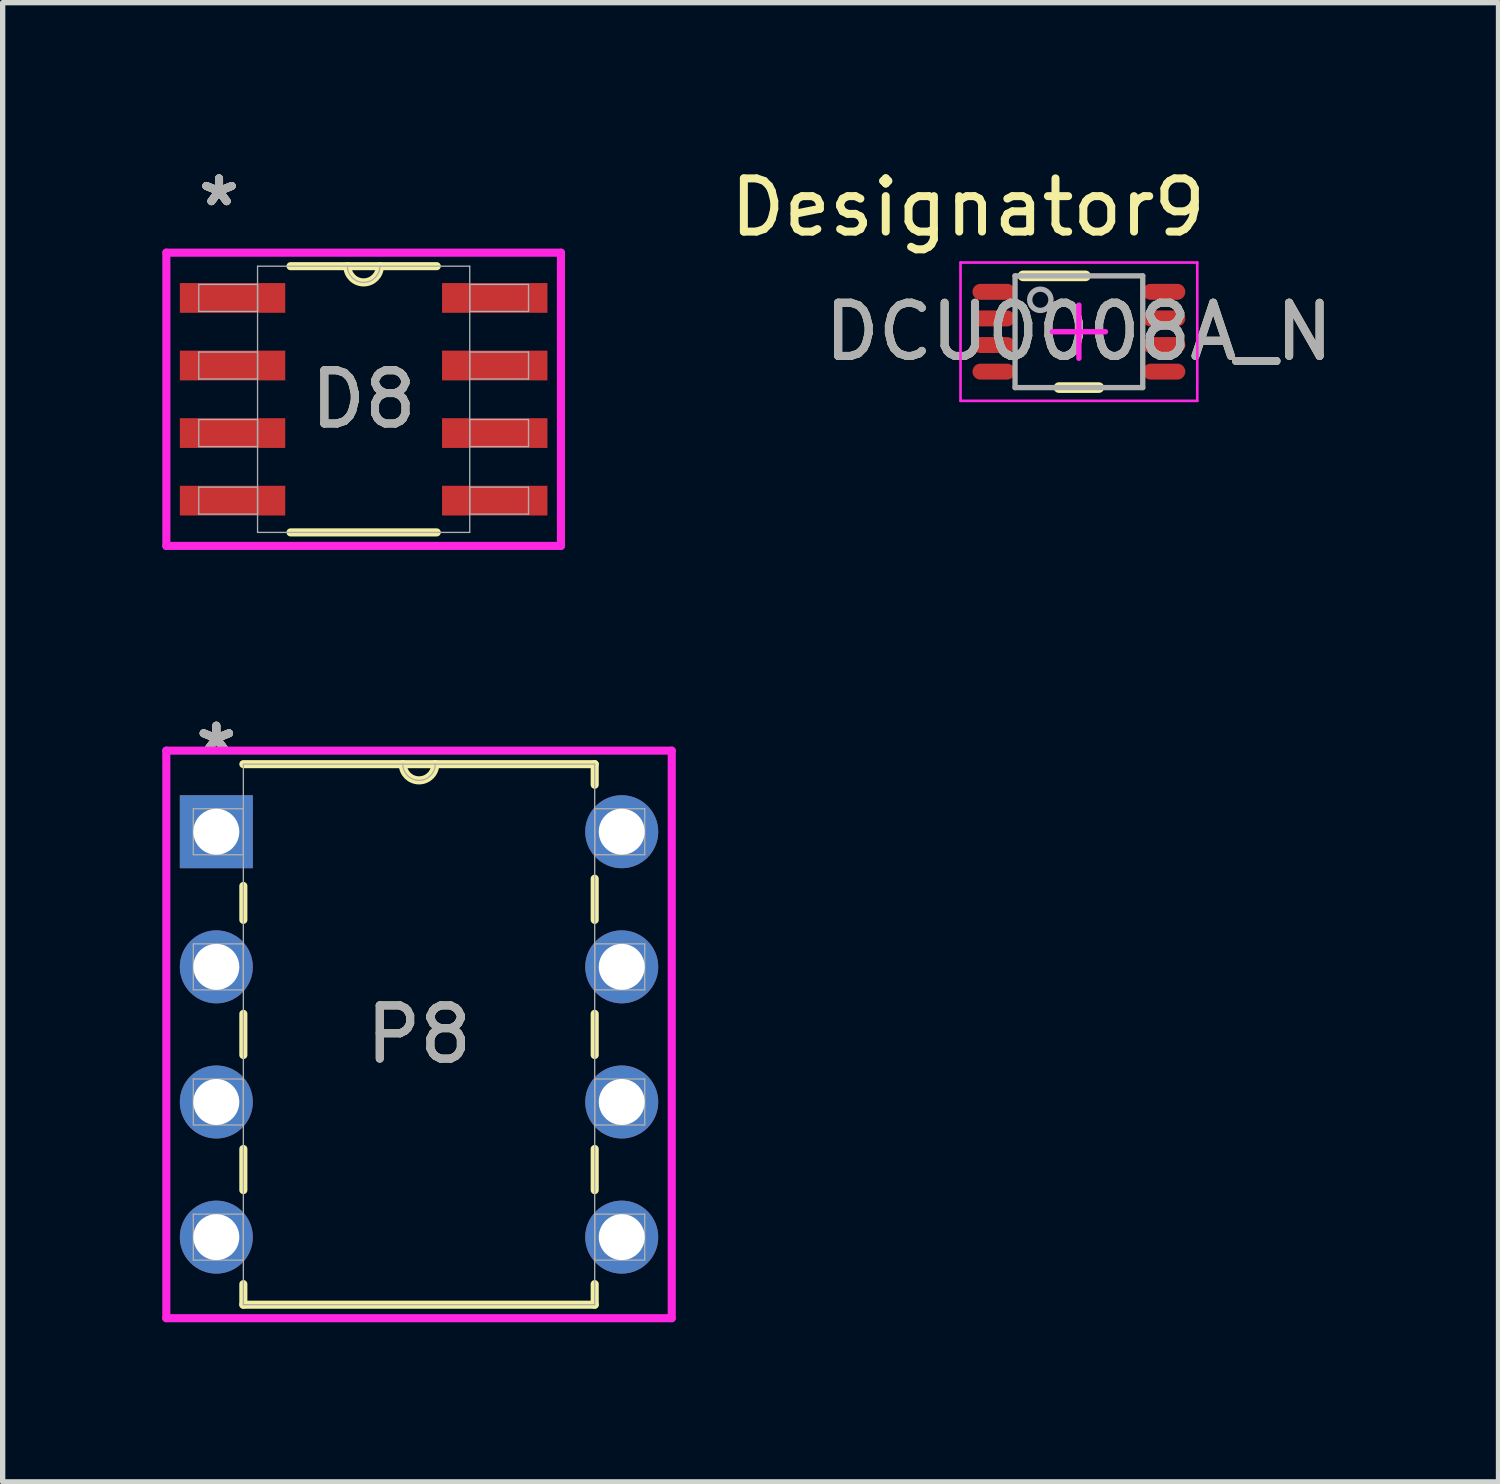
<source format=kicad_pcb>
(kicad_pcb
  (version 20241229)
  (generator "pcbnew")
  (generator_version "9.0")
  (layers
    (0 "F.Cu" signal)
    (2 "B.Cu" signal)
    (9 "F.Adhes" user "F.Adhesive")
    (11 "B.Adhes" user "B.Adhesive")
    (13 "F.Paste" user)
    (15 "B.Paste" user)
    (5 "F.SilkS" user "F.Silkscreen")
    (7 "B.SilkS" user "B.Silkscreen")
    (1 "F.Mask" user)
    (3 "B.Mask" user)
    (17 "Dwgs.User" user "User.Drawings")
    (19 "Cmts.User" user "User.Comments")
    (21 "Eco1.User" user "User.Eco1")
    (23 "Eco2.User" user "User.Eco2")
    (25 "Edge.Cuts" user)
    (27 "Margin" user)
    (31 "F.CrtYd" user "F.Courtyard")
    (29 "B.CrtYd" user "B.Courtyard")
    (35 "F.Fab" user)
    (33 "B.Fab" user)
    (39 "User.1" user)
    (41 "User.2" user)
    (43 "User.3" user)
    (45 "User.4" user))
  (footprint "DCU0008A_N"
    (layer "F.Cu")
    (at 17.229 3.185)
    (property "Reference" "DCU0008A_N" (at 0 0 0) (unlocked yes) (layer "F.SilkS") (effects (font (size 1 1) (thickness 0.15))))
    (attr smd)
    (fp_line (start -1.05 -1.05) (end 0.125 -1.05) (stroke (width 0.2) (type solid)) (layer "F.SilkS"))
    (fp_line (start -0.375 1.05) (end 0.375 1.05) (stroke (width 0.2) (type solid)) (layer "F.SilkS"))
    (fp_line (start -2.225 -1.3) (end 2.225 -1.3) (stroke (width 0.05) (type solid)) (layer "F.CrtYd"))
    (fp_line (start -2.225 1.3) (end -2.225 -1.3) (stroke (width 0.05) (type solid)) (layer "F.CrtYd"))
    (fp_line (start -2.225 1.3) (end 2.225 1.3) (stroke (width 0.05) (type solid)) (layer "F.CrtYd"))
    (fp_line (start -0.5 0) (end 0.5 0) (stroke (width 0.1) (type solid)) (layer "F.CrtYd"))
    (fp_line (start -0.000003 0.5) (end -0.000003 -0.5) (stroke (width 0.1) (type solid)) (layer "F.CrtYd"))
    (fp_line (start 2.225 1.3) (end 2.225 -1.3) (stroke (width 0.05) (type solid)) (layer "F.CrtYd"))
    (fp_line (start -1.2 -1.05) (end 1.2 -1.05) (stroke (width 0.1) (type solid)) (layer "F.Fab"))
    (fp_line (start -1.2 1.05) (end -1.2 -1.05) (stroke (width 0.1) (type solid)) (layer "F.Fab"))
    (fp_line (start -1.2 1.05) (end 1.2 1.05) (stroke (width 0.1) (type solid)) (layer "F.Fab"))
    (fp_line (start 1.2 1.05) (end 1.2 -1.05) (stroke (width 0.1) (type solid)) (layer "F.Fab"))
    (fp_circle (center -0.725 -0.6) (end -0.525 -0.6) (stroke (width 0.1) (type solid)) (fill no) (layer "F.Fab"))
    (fp_text user "Designator9" (at -2.083 -2.337 0) (unlocked yes) (layer "F.SilkS") (effects (font (size 1 1) (thickness 0.15))))
    (fp_text user "${REFERENCE}" (at 0 0 0) (unlocked yes) (layer "F.Fab") (effects (font (size 1 1) (thickness 0.15))))
    (pad "1" smd oval (at -1.6 -0.75 90) (size 0.3 0.8) (layers "F.Cu" "F.Mask" "F.Paste"))
    (pad "2" smd oval (at -1.6 -0.25 90) (size 0.3 0.8) (layers "F.Cu" "F.Mask" "F.Paste"))
    (pad "3" smd oval (at -1.6 0.25 90) (size 0.3 0.8) (layers "F.Cu" "F.Mask" "F.Paste"))
    (pad "4" smd oval (at -1.6 0.75 90) (size 0.3 0.8) (layers "F.Cu" "F.Mask" "F.Paste"))
    (pad "5" smd oval (at 1.6 0.75 90) (size 0.3 0.8) (layers "F.Cu" "F.Mask" "F.Paste"))
    (pad "6" smd oval (at 1.6 0.25 90) (size 0.3 0.8) (layers "F.Cu" "F.Mask" "F.Paste"))
    (pad "7" smd oval (at 1.6 -0.25 90) (size 0.3 0.8) (layers "F.Cu" "F.Mask" "F.Paste"))
    (pad "8" smd oval (at 1.6 -0.75 90) (size 0.3 0.8) (layers "F.Cu" "F.Mask" "F.Paste")))
  (footprint "P8"
    (layer "F.Cu")
    (at 8.636 20.203)
    (property "Reference" "P8" (at -3.81 -3.81 0) (unlocked yes) (layer "F.SilkS") (effects (font (size 1 1) (thickness 0.15))))
    (attr through_hole)
    (fp_line (start -7.112 -6.601) (end -7.112 -5.963) (stroke (width 0.152) (type solid)) (layer "F.SilkS"))
    (fp_line (start -7.112 -4.197) (end -7.112 -3.423) (stroke (width 0.152) (type solid)) (layer "F.SilkS"))
    (fp_line (start -7.112 -1.657) (end -7.112 -0.883) (stroke (width 0.152) (type solid)) (layer "F.SilkS"))
    (fp_line (start -7.112 0.883) (end -7.112 1.27) (stroke (width 0.152) (type solid)) (layer "F.SilkS"))
    (fp_line (start -7.112 1.27) (end -0.508 1.27) (stroke (width 0.152) (type solid)) (layer "F.SilkS"))
    (fp_line (start -0.508 -8.89) (end -7.112 -8.89) (stroke (width 0.152) (type solid)) (layer "F.SilkS"))
    (fp_line (start -0.508 -8.503) (end -0.508 -8.89) (stroke (width 0.152) (type solid)) (layer "F.SilkS"))
    (fp_line (start -0.508 -5.963) (end -0.508 -6.737) (stroke (width 0.152) (type solid)) (layer "F.SilkS"))
    (fp_line (start -0.508 -3.423) (end -0.508 -4.197) (stroke (width 0.152) (type solid)) (layer "F.SilkS"))
    (fp_line (start -0.508 -0.883) (end -0.508 -1.657) (stroke (width 0.152) (type solid)) (layer "F.SilkS"))
    (fp_line (start -0.508 1.27) (end -0.508 0.883) (stroke (width 0.152) (type solid)) (layer "F.SilkS"))
    (fp_arc (start -3.5052 -8.89) (mid -3.81 -8.5852) (end -4.1148 -8.89) (stroke (width 0.1524) (type solid)) (layer "F.SilkS"))
    (fp_line (start -8.56 -9.144) (end -8.56 1.524) (stroke (width 0.152) (type solid)) (layer "F.CrtYd"))
    (fp_line (start -8.56 1.524) (end 0.94 1.524) (stroke (width 0.152) (type solid)) (layer "F.CrtYd"))
    (fp_line (start 0.94 -9.144) (end -8.56 -9.144) (stroke (width 0.152) (type solid)) (layer "F.CrtYd"))
    (fp_line (start 0.94 1.524) (end 0.94 -9.144) (stroke (width 0.152) (type solid)) (layer "F.CrtYd"))
    (fp_line (start -8.052 -8.052) (end -8.052 -7.188) (stroke (width 0.025) (type solid)) (layer "F.Fab"))
    (fp_line (start -8.052 -7.188) (end -7.112 -7.188) (stroke (width 0.025) (type solid)) (layer "F.Fab"))
    (fp_line (start -8.052 -5.512) (end -8.052 -4.648) (stroke (width 0.025) (type solid)) (layer "F.Fab"))
    (fp_line (start -8.052 -4.648) (end -7.112 -4.648) (stroke (width 0.025) (type solid)) (layer "F.Fab"))
    (fp_line (start -8.052 -2.972) (end -8.052 -2.108) (stroke (width 0.025) (type solid)) (layer "F.Fab"))
    (fp_line (start -8.052 -2.108) (end -7.112 -2.108) (stroke (width 0.025) (type solid)) (layer "F.Fab"))
    (fp_line (start -8.052 -0.432) (end -8.052 0.432) (stroke (width 0.025) (type solid)) (layer "F.Fab"))
    (fp_line (start -8.052 0.432) (end -7.112 0.432) (stroke (width 0.025) (type solid)) (layer "F.Fab"))
    (fp_line (start -7.112 -8.89) (end -7.112 1.27) (stroke (width 0.025) (type solid)) (layer "F.Fab"))
    (fp_line (start -7.112 -8.052) (end -8.052 -8.052) (stroke (width 0.025) (type solid)) (layer "F.Fab"))
    (fp_line (start -7.112 -7.188) (end -7.112 -8.052) (stroke (width 0.025) (type solid)) (layer "F.Fab"))
    (fp_line (start -7.112 -5.512) (end -8.052 -5.512) (stroke (width 0.025) (type solid)) (layer "F.Fab"))
    (fp_line (start -7.112 -4.648) (end -7.112 -5.512) (stroke (width 0.025) (type solid)) (layer "F.Fab"))
    (fp_line (start -7.112 -2.972) (end -8.052 -2.972) (stroke (width 0.025) (type solid)) (layer "F.Fab"))
    (fp_line (start -7.112 -2.108) (end -7.112 -2.972) (stroke (width 0.025) (type solid)) (layer "F.Fab"))
    (fp_line (start -7.112 -0.432) (end -8.052 -0.432) (stroke (width 0.025) (type solid)) (layer "F.Fab"))
    (fp_line (start -7.112 0.432) (end -7.112 -0.432) (stroke (width 0.025) (type solid)) (layer "F.Fab"))
    (fp_line (start -7.112 1.27) (end -0.508 1.27) (stroke (width 0.025) (type solid)) (layer "F.Fab"))
    (fp_line (start -0.508 -8.89) (end -7.112 -8.89) (stroke (width 0.025) (type solid)) (layer "F.Fab"))
    (fp_line (start -0.508 -8.052) (end -0.508 -7.188) (stroke (width 0.025) (type solid)) (layer "F.Fab"))
    (fp_line (start -0.508 -7.188) (end 0.432 -7.188) (stroke (width 0.025) (type solid)) (layer "F.Fab"))
    (fp_line (start -0.508 -5.512) (end -0.508 -4.648) (stroke (width 0.025) (type solid)) (layer "F.Fab"))
    (fp_line (start -0.508 -4.648) (end 0.432 -4.648) (stroke (width 0.025) (type solid)) (layer "F.Fab"))
    (fp_line (start -0.508 -2.972) (end -0.508 -2.108) (stroke (width 0.025) (type solid)) (layer "F.Fab"))
    (fp_line (start -0.508 -2.108) (end 0.432 -2.108) (stroke (width 0.025) (type solid)) (layer "F.Fab"))
    (fp_line (start -0.508 -0.432) (end -0.508 0.432) (stroke (width 0.025) (type solid)) (layer "F.Fab"))
    (fp_line (start -0.508 0.432) (end 0.432 0.432) (stroke (width 0.025) (type solid)) (layer "F.Fab"))
    (fp_line (start -0.508 1.27) (end -0.508 -8.89) (stroke (width 0.025) (type solid)) (layer "F.Fab"))
    (fp_line (start 0.432 -8.052) (end -0.508 -8.052) (stroke (width 0.025) (type solid)) (layer "F.Fab"))
    (fp_line (start 0.432 -7.188) (end 0.432 -8.052) (stroke (width 0.025) (type solid)) (layer "F.Fab"))
    (fp_line (start 0.432 -5.512) (end -0.508 -5.512) (stroke (width 0.025) (type solid)) (layer "F.Fab"))
    (fp_line (start 0.432 -4.648) (end 0.432 -5.512) (stroke (width 0.025) (type solid)) (layer "F.Fab"))
    (fp_line (start 0.432 -2.972) (end -0.508 -2.972) (stroke (width 0.025) (type solid)) (layer "F.Fab"))
    (fp_line (start 0.432 -2.108) (end 0.432 -2.972) (stroke (width 0.025) (type solid)) (layer "F.Fab"))
    (fp_line (start 0.432 -0.432) (end -0.508 -0.432) (stroke (width 0.025) (type solid)) (layer "F.Fab"))
    (fp_line (start 0.432 0.432) (end 0.432 -0.432) (stroke (width 0.025) (type solid)) (layer "F.Fab"))
    (fp_arc (start -3.5052 -8.89) (mid -3.81 -8.5852) (end -4.1148 -8.89) (stroke (width 0.0254) (type solid)) (layer "F.Fab"))
    (fp_text user "*" (at -7.62 -9.068 0) (unlocked yes) (layer "F.SilkS") (effects (font (size 1 1) (thickness 0.15))))
    (fp_text user "*" (at -7.62 -9.068 0) (layer "F.SilkS") (effects (font (size 1 1) (thickness 0.15))))
    (fp_text user "${REFERENCE}" (at -3.81 -3.81 0) (unlocked yes) (layer "F.Fab") (effects (font (size 1 1) (thickness 0.15))))
    (fp_text user "*" (at -7.62 -9.068 0) (unlocked yes) (layer "F.Fab") (effects (font (size 1 1) (thickness 0.15))))
    (fp_text user "*" (at -7.62 -9.068 0) (layer "F.Fab") (effects (font (size 1 1) (thickness 0.15))))
    (pad "1" thru_hole rect (at -7.62 -7.62) (size 1.372 1.372) (drill 0.864) (layers "*.Cu" "*.Mask"))
    (pad "2" thru_hole circle (at -7.62 -5.08) (size 1.372 1.372) (drill 0.864) (layers "*.Cu" "*.Mask"))
    (pad "3" thru_hole circle (at -7.62 -2.54) (size 1.372 1.372) (drill 0.864) (layers "*.Cu" "*.Mask"))
    (pad "4" thru_hole circle (at -7.62 0) (size 1.372 1.372) (drill 0.864) (layers "*.Cu" "*.Mask"))
    (pad "5" thru_hole circle (at 0 0) (size 1.372 1.372) (drill 0.864) (layers "*.Cu" "*.Mask"))
    (pad "6" thru_hole circle (at 0 -2.54) (size 1.372 1.372) (drill 0.864) (layers "*.Cu" "*.Mask"))
    (pad "7" thru_hole circle (at 0 -5.08) (size 1.372 1.372) (drill 0.864) (layers "*.Cu" "*.Mask"))
    (pad "8" thru_hole circle (at 0 -7.62) (size 1.372 1.372) (drill 0.864) (layers "*.Cu" "*.Mask")))
  (footprint "D8"
    (layer "F.Cu")
    (at 3.785 4.455)
    (property "Reference" "D8" (at 0 0 0) (unlocked yes) (layer "F.SilkS") (effects (font (size 1 1) (thickness 0.15))))
    (attr smd)
    (fp_line (start -1.374 2.502) (end 1.374 2.502) (stroke (width 0.152) (type solid)) (layer "F.SilkS"))
    (fp_line (start 1.374 -2.502) (end -1.374 -2.502) (stroke (width 0.152) (type solid)) (layer "F.SilkS"))
    (fp_arc (start 0.3048 -2.5019) (mid 0 -2.1971) (end -0.3048 -2.5019) (stroke (width 0.1524) (type solid)) (layer "F.SilkS"))
    (fp_line (start -3.708 -2.756) (end 3.708 -2.756) (stroke (width 0.152) (type solid)) (layer "F.CrtYd"))
    (fp_line (start -3.708 2.756) (end -3.708 -2.756) (stroke (width 0.152) (type solid)) (layer "F.CrtYd"))
    (fp_line (start 3.708 -2.756) (end 3.708 2.756) (stroke (width 0.152) (type solid)) (layer "F.CrtYd"))
    (fp_line (start 3.708 2.756) (end -3.708 2.756) (stroke (width 0.152) (type solid)) (layer "F.CrtYd"))
    (fp_line (start -3.099 -2.159) (end -3.099 -1.651) (stroke (width 0.025) (type solid)) (layer "F.Fab"))
    (fp_line (start -3.099 -1.651) (end -1.994 -1.651) (stroke (width 0.025) (type solid)) (layer "F.Fab"))
    (fp_line (start -3.099 -0.889) (end -3.099 -0.381) (stroke (width 0.025) (type solid)) (layer "F.Fab"))
    (fp_line (start -3.099 -0.381) (end -1.994 -0.381) (stroke (width 0.025) (type solid)) (layer "F.Fab"))
    (fp_line (start -3.099 0.381) (end -3.099 0.889) (stroke (width 0.025) (type solid)) (layer "F.Fab"))
    (fp_line (start -3.099 0.889) (end -1.994 0.889) (stroke (width 0.025) (type solid)) (layer "F.Fab"))
    (fp_line (start -3.099 1.651) (end -3.099 2.159) (stroke (width 0.025) (type solid)) (layer "F.Fab"))
    (fp_line (start -3.099 2.159) (end -1.994 2.159) (stroke (width 0.025) (type solid)) (layer "F.Fab"))
    (fp_line (start -1.994 -2.502) (end -1.994 2.502) (stroke (width 0.025) (type solid)) (layer "F.Fab"))
    (fp_line (start -1.994 -2.159) (end -3.099 -2.159) (stroke (width 0.025) (type solid)) (layer "F.Fab"))
    (fp_line (start -1.994 -1.651) (end -1.994 -2.159) (stroke (width 0.025) (type solid)) (layer "F.Fab"))
    (fp_line (start -1.994 -0.889) (end -3.099 -0.889) (stroke (width 0.025) (type solid)) (layer "F.Fab"))
    (fp_line (start -1.994 -0.381) (end -1.994 -0.889) (stroke (width 0.025) (type solid)) (layer "F.Fab"))
    (fp_line (start -1.994 0.381) (end -3.099 0.381) (stroke (width 0.025) (type solid)) (layer "F.Fab"))
    (fp_line (start -1.994 0.889) (end -1.994 0.381) (stroke (width 0.025) (type solid)) (layer "F.Fab"))
    (fp_line (start -1.994 1.651) (end -3.099 1.651) (stroke (width 0.025) (type solid)) (layer "F.Fab"))
    (fp_line (start -1.994 2.159) (end -1.994 1.651) (stroke (width 0.025) (type solid)) (layer "F.Fab"))
    (fp_line (start -1.994 2.502) (end 1.994 2.502) (stroke (width 0.025) (type solid)) (layer "F.Fab"))
    (fp_line (start 1.994 -2.502) (end -1.994 -2.502) (stroke (width 0.025) (type solid)) (layer "F.Fab"))
    (fp_line (start 1.994 -2.159) (end 1.994 -1.651) (stroke (width 0.025) (type solid)) (layer "F.Fab"))
    (fp_line (start 1.994 -1.651) (end 3.099 -1.651) (stroke (width 0.025) (type solid)) (layer "F.Fab"))
    (fp_line (start 1.994 -0.889) (end 1.994 -0.381) (stroke (width 0.025) (type solid)) (layer "F.Fab"))
    (fp_line (start 1.994 -0.381) (end 3.099 -0.381) (stroke (width 0.025) (type solid)) (layer "F.Fab"))
    (fp_line (start 1.994 0.381) (end 1.994 0.889) (stroke (width 0.025) (type solid)) (layer "F.Fab"))
    (fp_line (start 1.994 0.889) (end 3.099 0.889) (stroke (width 0.025) (type solid)) (layer "F.Fab"))
    (fp_line (start 1.994 1.651) (end 1.994 2.159) (stroke (width 0.025) (type solid)) (layer "F.Fab"))
    (fp_line (start 1.994 2.159) (end 3.099 2.159) (stroke (width 0.025) (type solid)) (layer "F.Fab"))
    (fp_line (start 1.994 2.502) (end 1.994 -2.502) (stroke (width 0.025) (type solid)) (layer "F.Fab"))
    (fp_line (start 3.099 -2.159) (end 1.994 -2.159) (stroke (width 0.025) (type solid)) (layer "F.Fab"))
    (fp_line (start 3.099 -1.651) (end 3.099 -2.159) (stroke (width 0.025) (type solid)) (layer "F.Fab"))
    (fp_line (start 3.099 -0.889) (end 1.994 -0.889) (stroke (width 0.025) (type solid)) (layer "F.Fab"))
    (fp_line (start 3.099 -0.381) (end 3.099 -0.889) (stroke (width 0.025) (type solid)) (layer "F.Fab"))
    (fp_line (start 3.099 0.381) (end 1.994 0.381) (stroke (width 0.025) (type solid)) (layer "F.Fab"))
    (fp_line (start 3.099 0.889) (end 3.099 0.381) (stroke (width 0.025) (type solid)) (layer "F.Fab"))
    (fp_line (start 3.099 1.651) (end 1.994 1.651) (stroke (width 0.025) (type solid)) (layer "F.Fab"))
    (fp_line (start 3.099 2.159) (end 3.099 1.651) (stroke (width 0.025) (type solid)) (layer "F.Fab"))
    (fp_arc (start 0.3048 -2.5019) (mid 0 -2.1971) (end -0.3048 -2.5019) (stroke (width 0.0254) (type solid)) (layer "F.Fab"))
    (fp_text user "*" (at -2.718 -3.607 0) (unlocked yes) (layer "F.SilkS") (effects (font (size 1 1) (thickness 0.15))))
    (fp_text user "*" (at -2.718 -3.607 0) (layer "F.SilkS") (effects (font (size 1 1) (thickness 0.15))))
    (fp_text user "${REFERENCE}" (at 0 0 0) (unlocked yes) (layer "F.Fab") (effects (font (size 1 1) (thickness 0.15))))
    (fp_text user "*" (at -2.718 -3.607 0) (unlocked yes) (layer "F.Fab") (effects (font (size 1 1) (thickness 0.15))))
    (fp_text user "*" (at -2.718 -3.607 0) (layer "F.Fab") (effects (font (size 1 1) (thickness 0.15))))
    (pad "1" smd rect (at -2.464 -1.905) (size 1.981 0.559) (layers "F.Cu" "F.Mask" "F.Paste"))
    (pad "2" smd rect (at -2.464 -0.635) (size 1.981 0.559) (layers "F.Cu" "F.Mask" "F.Paste"))
    (pad "3" smd rect (at -2.464 0.635) (size 1.981 0.559) (layers "F.Cu" "F.Mask" "F.Paste"))
    (pad "4" smd rect (at -2.464 1.905) (size 1.981 0.559) (layers "F.Cu" "F.Mask" "F.Paste"))
    (pad "5" smd rect (at 2.464 1.905) (size 1.981 0.559) (layers "F.Cu" "F.Mask" "F.Paste"))
    (pad "6" smd rect (at 2.464 0.635) (size 1.981 0.559) (layers "F.Cu" "F.Mask" "F.Paste"))
    (pad "7" smd rect (at 2.464 -0.635) (size 1.981 0.559) (layers "F.Cu" "F.Mask" "F.Paste"))
    (pad "8" smd rect (at 2.464 -1.905) (size 1.981 0.559) (layers "F.Cu" "F.Mask" "F.Paste")))
  (gr_rect
    (start -3 -3)
    (end 25.116 24.803)
    (stroke (width 0.1) (type default))
    (fill no)
    (layer "Edge.Cuts")))
</source>
